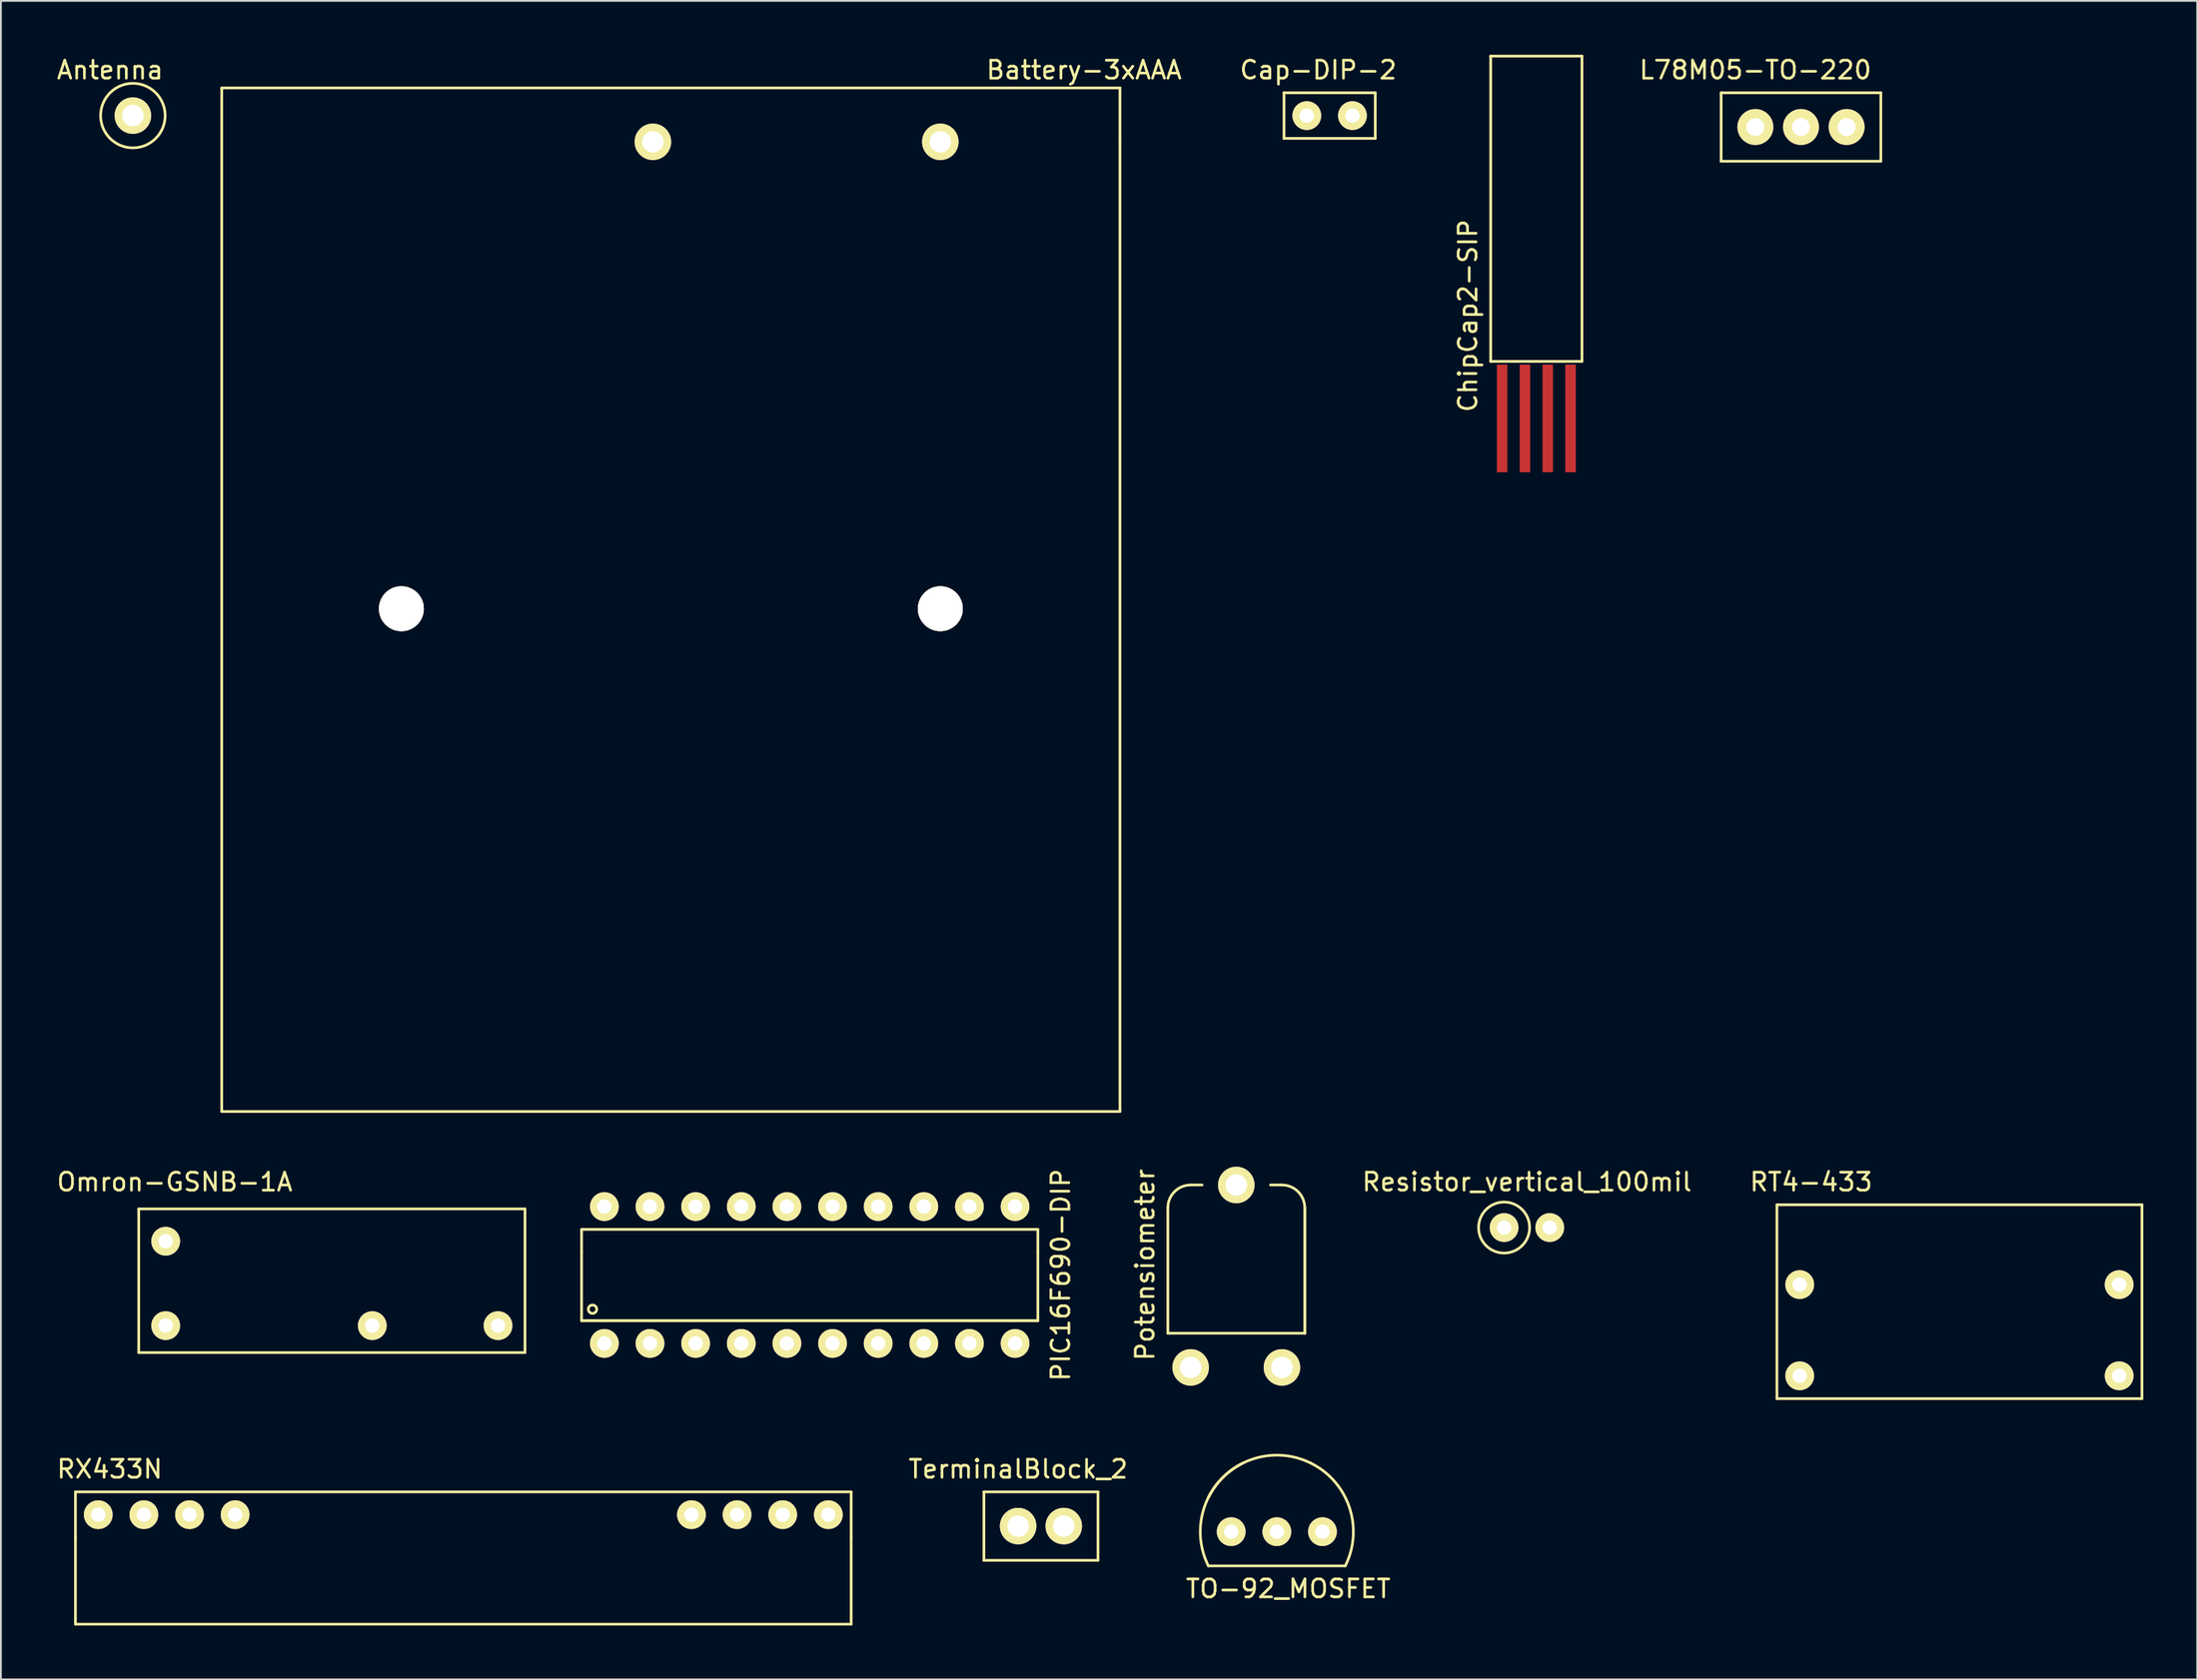
<source format=kicad_pcb>
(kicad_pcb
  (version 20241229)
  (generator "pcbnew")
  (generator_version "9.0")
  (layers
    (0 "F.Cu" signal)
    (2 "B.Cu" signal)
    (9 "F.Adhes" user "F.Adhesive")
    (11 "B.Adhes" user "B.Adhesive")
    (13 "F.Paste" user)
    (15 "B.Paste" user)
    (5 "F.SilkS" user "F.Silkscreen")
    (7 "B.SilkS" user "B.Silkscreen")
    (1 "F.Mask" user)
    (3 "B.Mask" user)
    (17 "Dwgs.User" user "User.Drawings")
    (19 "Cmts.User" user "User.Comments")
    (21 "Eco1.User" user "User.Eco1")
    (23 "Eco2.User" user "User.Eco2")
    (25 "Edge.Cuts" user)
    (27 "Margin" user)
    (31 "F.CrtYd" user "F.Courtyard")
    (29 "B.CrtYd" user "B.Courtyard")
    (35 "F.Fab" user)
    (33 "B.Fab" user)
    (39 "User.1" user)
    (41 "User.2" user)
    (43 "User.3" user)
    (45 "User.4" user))
  (footprint "Antenna"
    (layer "F.Cu")
    (at 4.347 3.388)
    (property "Reference" "Antenna" (at -1.27 -2.54 0) (layer "F.SilkS") (effects (font (size 1 1) (thickness 0.15))))
    (attr through_hole)
    (fp_circle (center 0 0) (end -1.27 -1.27) (stroke (width 0.15) (type solid)) (fill no) (layer "F.SilkS"))
    (pad "1" thru_hole circle (at 0 0) (size 2.032 2.032) (drill 1.199) (layers "*.Cu" "*.Mask" "F.SilkS")))
  (footprint "Potensiometer"
    (layer "F.Cu")
    (at 63.229 73.099)
    (property "Reference" "Potensiometer" (at -2.54 -5.715 90) (layer "F.SilkS") (effects (font (size 1 1) (thickness 0.15))))
    (attr through_hole)
    (fp_line (start -1.27 -1.905) (end -1.27 -8.89) (stroke (width 0.15) (type solid)) (layer "F.SilkS"))
    (fp_line (start 0 -10.16) (end 0.635 -10.16) (stroke (width 0.15) (type solid)) (layer "F.SilkS"))
    (fp_line (start 5.08 -10.16) (end 4.445 -10.16) (stroke (width 0.15) (type solid)) (layer "F.SilkS"))
    (fp_line (start 6.35 -8.89) (end 6.35 -1.905) (stroke (width 0.15) (type solid)) (layer "F.SilkS"))
    (fp_line (start 6.35 -1.905) (end -1.27 -1.905) (stroke (width 0.15) (type solid)) (layer "F.SilkS"))
    (fp_line (start 6.35 -1.905) (end 6.35 -8.89) (stroke (width 0.15) (type solid)) (layer "F.SilkS"))
    (fp_arc (start -1.27 -8.89) (mid -0.898026 -9.788026) (end 0 -10.16) (stroke (width 0.15) (type solid)) (layer "F.SilkS"))
    (fp_arc (start 5.08 -10.16) (mid 5.978026 -9.788026) (end 6.35 -8.89) (stroke (width 0.15) (type solid)) (layer "F.SilkS"))
    (pad "1" thru_hole circle (at 0 0) (size 2.032 2.032) (drill 1.199) (layers "*.Cu" "*.Mask" "F.SilkS"))
    (pad "2" thru_hole circle (at 2.54 -10.16) (size 2.032 2.032) (drill 1.199) (layers "*.Cu" "*.Mask" "F.SilkS"))
    (pad "3" thru_hole circle (at 5.08 0) (size 2.032 2.032) (drill 1.199) (layers "*.Cu" "*.Mask" "F.SilkS")))
  (footprint "RT4-433"
    (layer "F.Cu")
    (at 97.132 68.487)
    (property "Reference" "RT4-433" (at 0.635 -5.715 0) (layer "F.SilkS") (effects (font (size 1 1) (thickness 0.15))))
    (attr through_hole)
    (fp_line (start -1.27 -4.445) (end 19.05 -4.445) (stroke (width 0.15) (type solid)) (layer "F.SilkS"))
    (fp_line (start -1.27 6.35) (end -1.27 -4.445) (stroke (width 0.15) (type solid)) (layer "F.SilkS"))
    (fp_line (start 19.05 -4.445) (end 19.05 6.35) (stroke (width 0.15) (type solid)) (layer "F.SilkS"))
    (fp_line (start 19.05 6.35) (end -1.27 6.35) (stroke (width 0.15) (type solid)) (layer "F.SilkS"))
    (pad "1" thru_hole circle (at 0 0) (size 1.6 1.6) (drill 0.8) (layers "*.Cu" "*.Mask" "F.SilkS"))
    (pad "2" thru_hole circle (at 0 5.08) (size 1.6 1.6) (drill 0.8) (layers "*.Cu" "*.Mask" "F.SilkS"))
    (pad "3" thru_hole circle (at 17.78 5.08) (size 1.6 1.6) (drill 0.8) (layers "*.Cu" "*.Mask" "F.SilkS"))
    (pad "4" thru_hole circle (at 17.78 0) (size 1.6 1.6) (drill 0.8) (layers "*.Cu" "*.Mask" "F.SilkS")))
  (footprint "PIC16F690-DIP"
    (layer "F.Cu")
    (at 30.593 71.763)
    (property "Reference" "PIC16F690-DIP" (at 25.4 -3.81 90) (layer "F.SilkS") (effects (font (size 1 1) (thickness 0.15))))
    (attr through_hole)
    (fp_line (start -1.27 -6.35) (end -1.27 -5.08) (stroke (width 0.15) (type solid)) (layer "F.SilkS"))
    (fp_line (start -1.27 -1.27) (end -1.27 -5.08) (stroke (width 0.15) (type solid)) (layer "F.SilkS"))
    (fp_line (start 24.13 -6.35) (end -1.27 -6.35) (stroke (width 0.15) (type solid)) (layer "F.SilkS"))
    (fp_line (start 24.13 -5.08) (end 24.13 -6.35) (stroke (width 0.15) (type solid)) (layer "F.SilkS"))
    (fp_line (start 24.13 -5.08) (end 24.13 -1.27) (stroke (width 0.15) (type solid)) (layer "F.SilkS"))
    (fp_line (start 24.13 -1.27) (end -1.27 -1.27) (stroke (width 0.15) (type solid)) (layer "F.SilkS"))
    (fp_line (start 24.13 -1.27) (end -1.27 -1.27) (stroke (width 0.15) (type solid)) (layer "F.SilkS"))
    (fp_circle (center -0.66 -1.905) (end -0.508 -2.083) (stroke (width 0.15) (type solid)) (fill no) (layer "F.SilkS"))
    (pad "1" thru_hole circle (at 0 0) (size 1.6 1.6) (drill 0.8) (layers "*.Cu" "*.Mask" "F.SilkS"))
    (pad "2" thru_hole circle (at 2.54 0) (size 1.6 1.6) (drill 0.8) (layers "*.Cu" "*.Mask" "F.SilkS"))
    (pad "3" thru_hole circle (at 5.08 0) (size 1.6 1.6) (drill 0.8) (layers "*.Cu" "*.Mask" "F.SilkS"))
    (pad "4" thru_hole circle (at 7.62 0) (size 1.6 1.6) (drill 0.8) (layers "*.Cu" "*.Mask" "F.SilkS"))
    (pad "5" thru_hole circle (at 10.16 0) (size 1.6 1.6) (drill 0.8) (layers "*.Cu" "*.Mask" "F.SilkS"))
    (pad "6" thru_hole circle (at 12.7 0) (size 1.6 1.6) (drill 0.8) (layers "*.Cu" "*.Mask" "F.SilkS"))
    (pad "7" thru_hole circle (at 15.24 0) (size 1.6 1.6) (drill 0.8) (layers "*.Cu" "*.Mask" "F.SilkS"))
    (pad "8" thru_hole circle (at 17.78 0) (size 1.6 1.6) (drill 0.8) (layers "*.Cu" "*.Mask" "F.SilkS"))
    (pad "9" thru_hole circle (at 20.32 0) (size 1.6 1.6) (drill 0.8) (layers "*.Cu" "*.Mask" "F.SilkS"))
    (pad "10" thru_hole circle (at 22.86 0) (size 1.6 1.6) (drill 0.8) (layers "*.Cu" "*.Mask" "F.SilkS"))
    (pad "11" thru_hole circle (at 22.86 -7.62) (size 1.6 1.6) (drill 0.8) (layers "*.Cu" "*.Mask" "F.SilkS"))
    (pad "12" thru_hole circle (at 20.32 -7.62) (size 1.6 1.6) (drill 0.8) (layers "*.Cu" "*.Mask" "F.SilkS"))
    (pad "13" thru_hole circle (at 17.78 -7.62) (size 1.6 1.6) (drill 0.8) (layers "*.Cu" "*.Mask" "F.SilkS"))
    (pad "14" thru_hole circle (at 15.24 -7.62) (size 1.6 1.6) (drill 0.8) (layers "*.Cu" "*.Mask" "F.SilkS"))
    (pad "15" thru_hole circle (at 12.7 -7.62) (size 1.6 1.6) (drill 0.8) (layers "*.Cu" "*.Mask" "F.SilkS"))
    (pad "16" thru_hole circle (at 10.16 -7.62) (size 1.6 1.6) (drill 0.8) (layers "*.Cu" "*.Mask" "F.SilkS"))
    (pad "17" thru_hole circle (at 7.62 -7.62) (size 1.6 1.6) (drill 0.8) (layers "*.Cu" "*.Mask" "F.SilkS"))
    (pad "18" thru_hole circle (at 5.08 -7.62) (size 1.6 1.6) (drill 0.8) (layers "*.Cu" "*.Mask" "F.SilkS"))
    (pad "19" thru_hole circle (at 2.54 -7.62) (size 1.6 1.6) (drill 0.8) (layers "*.Cu" "*.Mask" "F.SilkS"))
    (pad "20" thru_hole circle (at 0 -7.62) (size 1.6 1.6) (drill 0.8) (layers "*.Cu" "*.Mask" "F.SilkS")))
  (footprint "Omron-GSNB-1A"
    (layer "F.Cu")
    (at 6.173 70.772)
    (property "Reference" "Omron-GSNB-1A" (at 0.5 -8 0) (layer "F.SilkS") (effects (font (size 1 1) (thickness 0.15))))
    (attr through_hole)
    (fp_line (start -1.5 1.5) (end -1.5 -6.5) (stroke (width 0.15) (type solid)) (layer "F.SilkS"))
    (fp_line (start -1.5 1.5) (end 20 1.5) (stroke (width 0.15) (type solid)) (layer "F.SilkS"))
    (fp_line (start 20 -6.5) (end -1.5 -6.5) (stroke (width 0.15) (type solid)) (layer "F.SilkS"))
    (fp_line (start 20 1.5) (end 20 -6.5) (stroke (width 0.15) (type solid)) (layer "F.SilkS"))
    (pad "1" thru_hole circle (at 0 0) (size 1.6 1.6) (drill 0.8) (layers "*.Cu" "*.Mask" "F.SilkS"))
    (pad "2" thru_hole circle (at 0 -4.7) (size 1.6 1.6) (drill 0.8) (layers "*.Cu" "*.Mask" "F.SilkS"))
    (pad "3" thru_hole circle (at 11.5 0) (size 1.6 1.6) (drill 0.8) (layers "*.Cu" "*.Mask" "F.SilkS"))
    (pad "4" thru_hole circle (at 18.5 0) (size 1.6 1.6) (drill 0.8) (layers "*.Cu" "*.Mask" "F.SilkS")))
  (footprint "TerminalBlock_2"
    (layer "F.Cu")
    (at 53.624 81.935)
    (property "Reference" "TerminalBlock_2" (at 0 -3.175 0) (layer "F.SilkS") (effects (font (size 1 1) (thickness 0.15))))
    (attr through_hole)
    (fp_line (start -1.905 -1.905) (end 4.445 -1.905) (stroke (width 0.15) (type solid)) (layer "F.SilkS"))
    (fp_line (start -1.905 1.905) (end -1.905 -1.905) (stroke (width 0.15) (type solid)) (layer "F.SilkS"))
    (fp_line (start 4.445 -1.905) (end 4.445 1.905) (stroke (width 0.15) (type solid)) (layer "F.SilkS"))
    (fp_line (start 4.445 1.905) (end -1.905 1.905) (stroke (width 0.15) (type solid)) (layer "F.SilkS"))
    (pad "1" thru_hole circle (at 0 0) (size 2.032 2.032) (drill 1.199) (layers "*.Cu" "*.Mask" "F.SilkS"))
    (pad "2" thru_hole circle (at 2.54 0) (size 2.032 2.032) (drill 1.199) (layers "*.Cu" "*.Mask" "F.SilkS")))
  (footprint "RX433N"
    (layer "F.Cu")
    (at 2.419 81.3)
    (property "Reference" "RX433N" (at 0.635 -2.54 0) (layer "F.SilkS") (effects (font (size 1 1) (thickness 0.15))))
    (attr through_hole)
    (fp_line (start -1.27 -1.27) (end -1.27 1.27) (stroke (width 0.15) (type solid)) (layer "F.SilkS"))
    (fp_line (start -1.27 1.27) (end -1.27 6.096) (stroke (width 0.15) (type solid)) (layer "F.SilkS"))
    (fp_line (start -1.27 6.096) (end 41.91 6.096) (stroke (width 0.15) (type solid)) (layer "F.SilkS"))
    (fp_line (start 41.91 -1.27) (end -1.27 -1.27) (stroke (width 0.15) (type solid)) (layer "F.SilkS"))
    (fp_line (start 41.91 1.27) (end 41.91 -1.27) (stroke (width 0.15) (type solid)) (layer "F.SilkS"))
    (fp_line (start 41.91 6.096) (end 41.91 1.27) (stroke (width 0.15) (type solid)) (layer "F.SilkS"))
    (pad "1" thru_hole circle (at 0 0) (size 1.6 1.6) (drill 0.8) (layers "*.Cu" "*.Mask" "F.SilkS"))
    (pad "2" thru_hole circle (at 2.54 0) (size 1.6 1.6) (drill 0.8) (layers "*.Cu" "*.Mask" "F.SilkS"))
    (pad "3" thru_hole circle (at 5.08 0) (size 1.6 1.6) (drill 0.8) (layers "*.Cu" "*.Mask" "F.SilkS"))
    (pad "4" thru_hole circle (at 7.62 0) (size 1.6 1.6) (drill 0.8) (layers "*.Cu" "*.Mask" "F.SilkS"))
    (pad "5" thru_hole circle (at 33.02 0) (size 1.6 1.6) (drill 0.8) (layers "*.Cu" "*.Mask" "F.SilkS"))
    (pad "6" thru_hole circle (at 35.56 0) (size 1.6 1.6) (drill 0.8) (layers "*.Cu" "*.Mask" "F.SilkS"))
    (pad "7" thru_hole circle (at 38.1 0) (size 1.6 1.6) (drill 0.8) (layers "*.Cu" "*.Mask" "F.SilkS"))
    (pad "8" thru_hole circle (at 40.64 0) (size 1.6 1.6) (drill 0.8) (layers "*.Cu" "*.Mask" "F.SilkS")))
  (footprint "ChipCap2-SIP"
    (layer "F.Cu")
    (at 80.565 20.25)
    (property "Reference" "ChipCap2-SIP" (at -1.905 -5.715 270) (layer "F.SilkS") (effects (font (size 1 1) (thickness 0.15))))
    (attr through_hole)
    (fp_line (start -0.635 -20.175) (end 4.445 -20.175) (stroke (width 0.15) (type solid)) (layer "F.SilkS"))
    (fp_line (start -0.635 -3.175) (end -0.635 -20.175) (stroke (width 0.15) (type solid)) (layer "F.SilkS"))
    (fp_line (start -0.635 -3.175) (end 4.445 -3.175) (stroke (width 0.15) (type solid)) (layer "F.SilkS"))
    (fp_line (start 4.445 -20.175) (end 4.445 -3.175) (stroke (width 0.15) (type solid)) (layer "F.SilkS"))
    (pad "1" smd rect (at 0 0) (size 0.584 5.994) (layers "F.Cu" "F.Mask" "F.Paste"))
    (pad "2" smd rect (at 1.27 0) (size 0.584 5.994) (layers "F.Cu" "F.Mask" "F.Paste"))
    (pad "3" smd rect (at 2.54 0) (size 0.584 5.994) (layers "F.Cu" "F.Mask" "F.Paste"))
    (pad "4" smd rect (at 3.81 0) (size 0.584 5.994) (layers "F.Cu" "F.Mask" "F.Paste")))
  (footprint "Battery-3xAAA"
    (layer "F.Cu")
    (at 49.293 4.848)
    (property "Reference" "Battery-3xAAA" (at 8 -4 0) (layer "F.SilkS") (effects (font (size 1 1) (thickness 0.15))))
    (attr through_hole)
    (fp_line (start -40 -3) (end -40 54) (stroke (width 0.15) (type solid)) (layer "F.SilkS"))
    (fp_line (start 10 -3) (end -40 -3) (stroke (width 0.15) (type solid)) (layer "F.SilkS"))
    (fp_line (start 10 0) (end 10 -3) (stroke (width 0.15) (type solid)) (layer "F.SilkS"))
    (fp_line (start 10 0) (end 10 54) (stroke (width 0.15) (type solid)) (layer "F.SilkS"))
    (fp_line (start 10 54) (end -40 54) (stroke (width 0.15) (type solid)) (layer "F.SilkS"))
    (pad "" thru_hole circle (at -30 26) (size 2.5 2.5) (drill 2.5) (layers "*.Cu" "*.Mask" "F.SilkS"))
    (pad "" thru_hole circle (at 0 26) (size 2.5 2.5) (drill 2.5) (layers "*.Cu" "*.Mask" "F.SilkS"))
    (pad "1" thru_hole circle (at 0 0) (size 2.032 2.032) (drill 1.199) (layers "*.Cu" "*.Mask" "F.SilkS"))
    (pad "2" thru_hole circle (at -16 0) (size 2.032 2.032) (drill 1.199) (layers "*.Cu" "*.Mask" "F.SilkS")))
  (footprint "L78M05-TO-220"
    (layer "F.Cu")
    (at 94.662 4.023)
    (property "Reference" "L78M05-TO-220" (at 0 -3.175 0) (layer "F.SilkS") (effects (font (size 1 1) (thickness 0.15))))
    (attr through_hole)
    (fp_line (start -1.905 -1.905) (end 6.985 -1.905) (stroke (width 0.15) (type solid)) (layer "F.SilkS"))
    (fp_line (start -1.905 1.905) (end -1.905 -1.905) (stroke (width 0.15) (type solid)) (layer "F.SilkS"))
    (fp_line (start 6.985 -1.905) (end 6.985 1.905) (stroke (width 0.15) (type solid)) (layer "F.SilkS"))
    (fp_line (start 6.985 1.905) (end -1.905 1.905) (stroke (width 0.15) (type solid)) (layer "F.SilkS"))
    (pad "1" thru_hole circle (at 0 0) (size 1.999 1.999) (drill 1.001) (layers "*.Cu" "*.Mask" "F.SilkS"))
    (pad "2" thru_hole circle (at 2.54 0) (size 1.999 1.999) (drill 1.001) (layers "*.Cu" "*.Mask" "F.SilkS"))
    (pad "3" thru_hole circle (at 5.08 0) (size 1.999 1.999) (drill 1.001) (layers "*.Cu" "*.Mask" "F.SilkS")))
  (footprint "Cap-DIP-2"
    (layer "F.Cu")
    (at 69.694 3.388)
    (property "Reference" "Cap-DIP-2" (at 0.635 -2.54 0) (layer "F.SilkS") (effects (font (size 1 1) (thickness 0.15))))
    (attr through_hole)
    (fp_line (start -1.27 -1.27) (end 3.81 -1.27) (stroke (width 0.15) (type solid)) (layer "F.SilkS"))
    (fp_line (start -1.27 1.27) (end -1.27 -1.27) (stroke (width 0.15) (type solid)) (layer "F.SilkS"))
    (fp_line (start -1.27 1.27) (end 3.81 1.27) (stroke (width 0.15) (type solid)) (layer "F.SilkS"))
    (fp_line (start 3.81 -1.27) (end 3.81 1.27) (stroke (width 0.15) (type solid)) (layer "F.SilkS"))
    (pad "1" thru_hole circle (at 0 0) (size 1.6 1.6) (drill 0.8) (layers "*.Cu" "*.Mask" "F.SilkS"))
    (pad "2" thru_hole circle (at 2.54 0) (size 1.6 1.6) (drill 0.8) (layers "*.Cu" "*.Mask" "F.SilkS")))
  (footprint "TO-92_MOSFET"
    (layer "F.Cu")
    (at 65.485 82.246)
    (property "Reference" "TO-92_MOSFET" (at 3.175 3.175 0) (layer "F.SilkS") (effects (font (size 1 1) (thickness 0.15))))
    (attr through_hole)
    (fp_line (start -1.27 1.905) (end 6.35 1.905) (stroke (width 0.15) (type solid)) (layer "F.SilkS"))
    (fp_arc (start -1.27 -1.905) (mid 1.192962 -4.041115) (end 4.445 -3.81) (stroke (width 0.15) (type solid)) (layer "F.SilkS"))
    (fp_arc (start -1.27 1.905) (mid -1.501115 -1.347038) (end 0.635 -3.81) (stroke (width 0.15) (type solid)) (layer "F.SilkS"))
    (fp_arc (start 4.445 -3.81) (mid 6.581115 -1.347038) (end 6.35 1.905) (stroke (width 0.15) (type solid)) (layer "F.SilkS"))
    (pad "1" thru_hole circle (at 0 0) (size 1.6 1.6) (drill 0.8) (layers "*.Cu" "*.Mask" "F.SilkS"))
    (pad "2" thru_hole circle (at 2.54 0) (size 1.6 1.6) (drill 0.8) (layers "*.Cu" "*.Mask" "F.SilkS"))
    (pad "3" thru_hole circle (at 5.08 0) (size 1.6 1.6) (drill 0.8) (layers "*.Cu" "*.Mask" "F.SilkS")))
  (footprint "Resistor_vertical_100mil"
    (layer "F.Cu")
    (at 80.676 65.311)
    (property "Reference" "Resistor_vertical_100mil" (at 1.27 -2.54 180) (layer "F.SilkS") (effects (font (size 1 1) (thickness 0.15))))
    (attr through_hole)
    (fp_circle (center 0 0) (end 0.635 1.27) (stroke (width 0.15) (type solid)) (fill no) (layer "F.SilkS"))
    (pad "1" thru_hole circle (at 0 0) (size 1.6 1.6) (drill 0.8) (layers "*.Cu" "*.Mask" "F.SilkS"))
    (pad "2" thru_hole circle (at 2.54 0) (size 1.6 1.6) (drill 0.8) (layers "*.Cu" "*.Mask" "F.SilkS")))
  (gr_rect
    (start -3 -3)
    (end 119.257 90.471)
    (stroke (width 0.1) (type default))
    (fill no)
    (layer "Edge.Cuts")))
</source>
